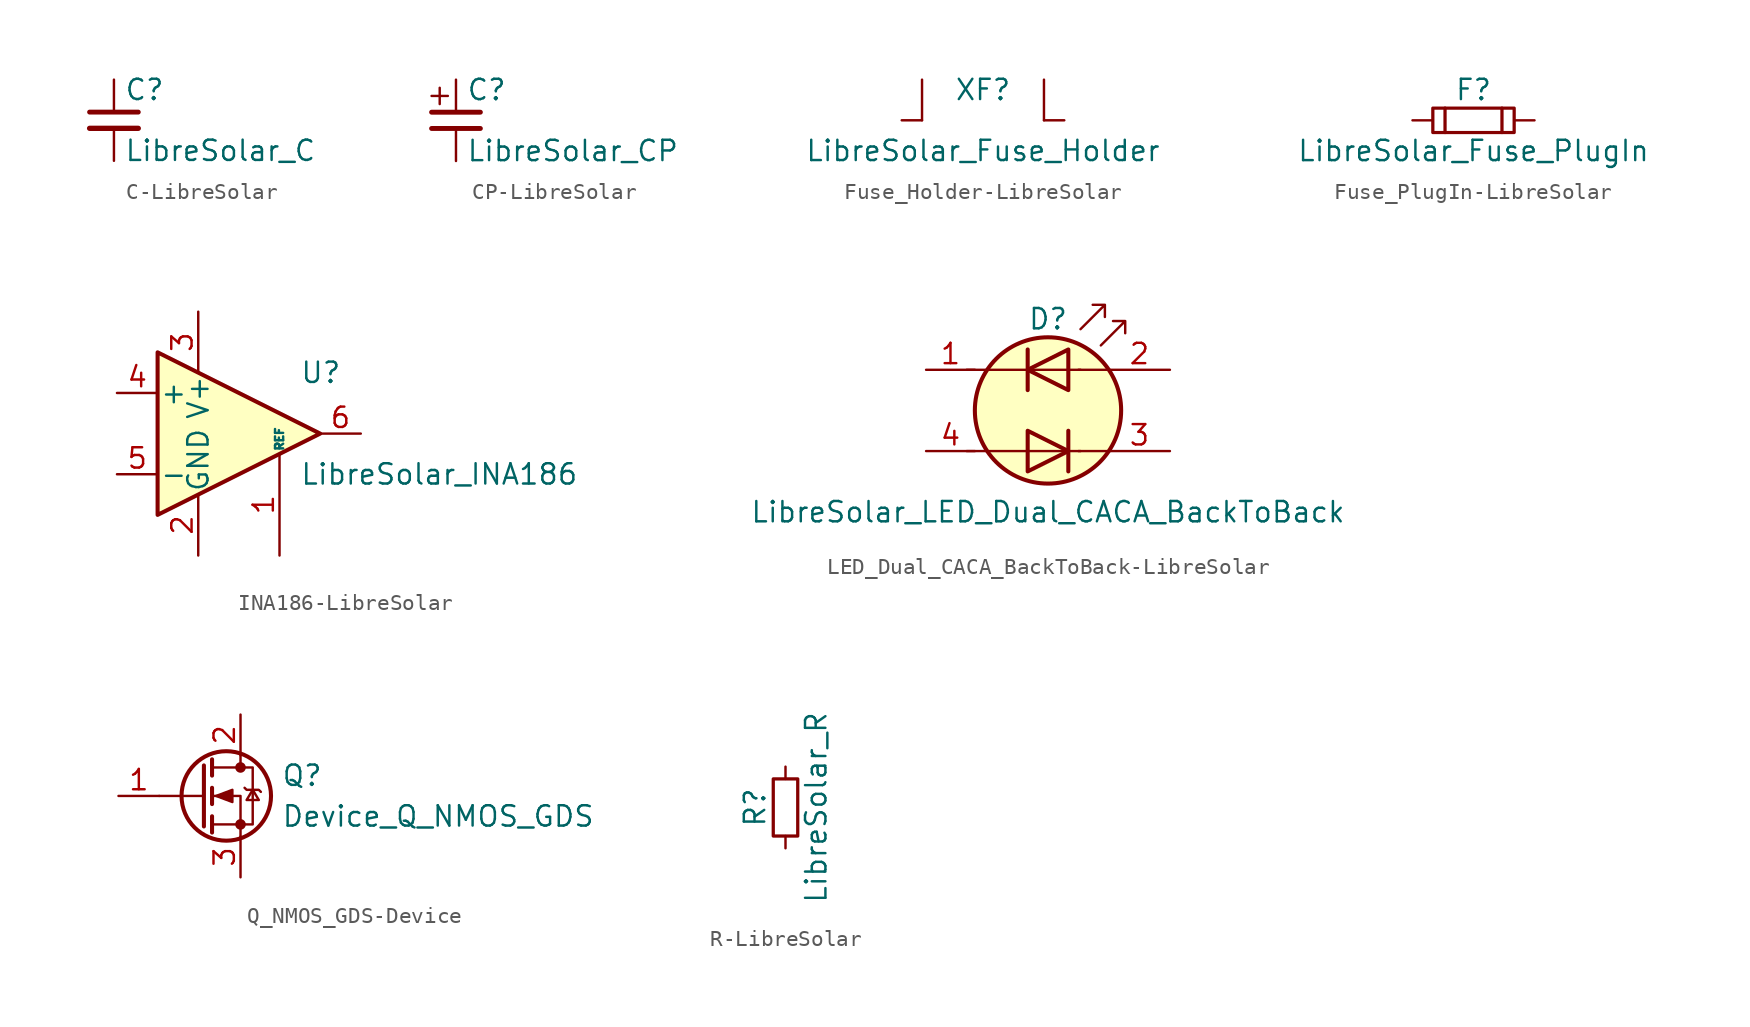
<source format=kicad_sym>
(kicad_symbol_lib
  (version 20241209)
  (generator "kicad_symbol_editor")
  (generator_version "9.0")
  (symbol "C-LibreSolar"
    (pin_numbers
      (hide yes))
    (pin_names
      (offset 0.254)
      (hide yes))
    (property "Reference" "C"
      (at 0.635 1.905 0)
      (effects (font (size 1.27 1.27)) (justify left)))
    (property "Value" "LibreSolar_C"
      (at 0.635 -1.905 0)
      (effects (font (size 1.27 1.27)) (justify left)))
    (symbol "C-LibreSolar_0_1"
      (polyline (pts (xy -1.524 0.508) (xy 0 0.508) (xy 1.524 0.508)) (stroke (width 0.305) (type solid)) (fill (type none)))
      (polyline (pts (xy -1.524 -0.508) (xy 1.524 -0.508)) (stroke (width 0.33) (type solid)) (fill (type none))))
    (symbol "C-LibreSolar_1_1"
      (pin passive line (at 0 2.54 270) (length 1.905) (name "~" (effects (font (size 1.016 1.016)))) (number "1" (effects (font (size 1.016 1.016)))))
      (pin passive line (at 0 -2.54 90) (length 2.032) (name "~" (effects (font (size 1.016 1.016)))) (number "2" (effects (font (size 1.016 1.016)))))))
  (symbol "CP-LibreSolar"
    (pin_numbers
      (hide yes))
    (pin_names
      (offset 0.254)
      (hide yes))
    (property "Reference" "C"
      (at 0.635 1.905 0)
      (effects (font (size 1.27 1.27)) (justify left)))
    (property "Value" "LibreSolar_CP"
      (at 0.635 -1.905 0)
      (effects (font (size 1.27 1.27)) (justify left)))
    (symbol "CP-LibreSolar_0_0"
      (polyline (pts (xy -1.524 0.508) (xy 1.524 0.508)) (stroke (width 0.305) (type solid)) (fill (type none)))
      (polyline (pts (xy -1.524 -0.508) (xy 1.524 -0.508)) (stroke (width 0.305) (type solid)) (fill (type none))))
    (symbol "CP-LibreSolar_0_1"
      (polyline (pts (xy -1.524 1.524) (xy -0.508 1.524)) (stroke (width 0) (type solid)) (fill (type none)))
      (polyline (pts (xy -1.016 1.016) (xy -1.016 2.032)) (stroke (width 0) (type solid)) (fill (type none))))
    (symbol "CP-LibreSolar_1_1"
      (pin passive line (at 0 2.54 270) (length 2.032) (name "~" (effects (font (size 1.016 1.016)))) (number "1" (effects (font (size 1.016 1.016)))))
      (pin passive line (at 0 -2.54 90) (length 2.032) (name "~" (effects (font (size 1.016 1.016)))) (number "2" (effects (font (size 1.016 1.016)))))))
  (symbol "Fuse_Holder-LibreSolar"
    (pin_numbers
      (hide yes))
    (pin_names
      (offset 0.254)
      (hide yes))
    (property "Reference" "XF"
      (at 0 1.905 0)
      (effects (font (size 1.27 1.27))))
    (property "Value" "LibreSolar_Fuse_Holder"
      (at 0 -1.905 0)
      (effects (font (size 1.27 1.27))))
    (symbol "Fuse_Holder-LibreSolar_0_1"
      (polyline (pts (xy -3.81 0) (xy -3.81 2.54)) (stroke (width 0) (type solid)) (fill (type none)))
      (polyline (pts (xy 3.81 0) (xy 3.81 2.54)) (stroke (width 0) (type solid)) (fill (type none))))
    (symbol "Fuse_Holder-LibreSolar_1_1"
      (pin passive line (at -5.08 0 0) (length 1.27) (name "~" (effects (font (size 1.016 1.016)))) (number "1" (effects (font (size 1.016 1.016)))))
      (pin passive line (at 5.08 0 180) (length 1.27) (name "~" (effects (font (size 1.016 1.016)))) (number "2" (effects (font (size 1.016 1.016)))))))
  (symbol "Fuse_PlugIn-LibreSolar"
    (pin_numbers
      (hide yes))
    (pin_names
      (offset 0.254)
      (hide yes))
    (property "Reference" "F"
      (at 0 1.905 0)
      (effects (font (size 1.27 1.27))))
    (property "Value" "LibreSolar_Fuse_PlugIn"
      (at 0 -1.905 0)
      (effects (font (size 1.27 1.27))))
    (symbol "Fuse_PlugIn-LibreSolar_0_1"
      (polyline (pts (xy -3.81 0) (xy -2.54 0)) (stroke (width 0) (type solid)) (fill (type none)))
      (rectangle (start -2.54 0.762) (end 2.54 -0.762) (stroke (width 0.203) (type solid)) (fill (type none)))
      (polyline (pts (xy -1.778 0.762) (xy -1.778 -0.762)) (stroke (width 0.203) (type solid)) (fill (type none)))
      (polyline (pts (xy 1.778 0.762) (xy 1.778 -0.762)) (stroke (width 0.203) (type solid)) (fill (type none)))
      (polyline (pts (xy 2.54 0) (xy 3.81 0)) (stroke (width 0) (type solid)) (fill (type none)))))
  (symbol "INA186-LibreSolar"
    (pin_names
      (offset 0.127))
    (property "Reference" "U"
      (at 3.81 3.81 0)
      (effects (font (size 1.27 1.27)) (justify left)))
    (property "Value" "LibreSolar_INA186"
      (at 3.81 -2.54 0)
      (effects (font (size 1.27 1.27)) (justify left)))
    (symbol "INA186-LibreSolar_0_1"
      (polyline (pts (xy 5.08 0) (xy -5.08 5.08) (xy -5.08 -5.08) (xy 5.08 0)) (stroke (width 0.254) (type solid)) (fill (type background))))
    (symbol "INA186-LibreSolar_1_1"
      (pin input line (at -7.62 2.54 0) (length 2.54) (name "+" (effects (font (size 1.27 1.27)))) (number "4" (effects (font (size 1.27 1.27)))))
      (pin input line (at -7.62 -2.54 0) (length 2.54) (name "-" (effects (font (size 1.27 1.27)))) (number "5" (effects (font (size 1.27 1.27)))))
      (pin power_in line (at -2.54 7.62 270) (length 3.81) (name "V+" (effects (font (size 1.27 1.27)))) (number "3" (effects (font (size 1.27 1.27)))))
      (pin power_in line (at -2.54 -7.62 90) (length 3.81) (name "GND" (effects (font (size 1.27 1.27)))) (number "2" (effects (font (size 1.27 1.27)))))
      (pin input line (at 2.54 -7.62 90) (length 6.35) (name "REF" (effects (font (size 0.508 0.508)))) (number "1" (effects (font (size 1.27 1.27)))))
      (pin output line (at 7.62 0 180) (length 2.54) (name "~" (effects (font (size 1.27 1.27)))) (number "6" (effects (font (size 1.27 1.27)))))))
  (symbol "LED_Dual_CACA_BackToBack-LibreSolar"
    (pin_names
      (offset 0)
      (hide yes))
    (property "Reference" "D"
      (at 0 5.715 0)
      (effects (font (size 1.27 1.27))))
    (property "Value" "LibreSolar_LED_Dual_CACA_BackToBack"
      (at 0 -6.35 0)
      (effects (font (size 1.27 1.27))))
    (symbol "LED_Dual_CACA_BackToBack-LibreSolar_0_1"
      (polyline (pts (xy -5.08 2.54) (xy 2.032 2.54)) (stroke (width 0) (type solid)) (fill (type none)))
      (polyline (pts (xy -5.08 -2.54) (xy 2.032 -2.54)) (stroke (width 0) (type solid)) (fill (type none)))
      (polyline (pts (xy -1.27 3.81) (xy -1.27 1.27)) (stroke (width 0.254) (type solid)) (fill (type none)))
      (polyline (pts (xy -1.27 -3.81) (xy -1.27 -1.27) (xy 1.27 -2.54) (xy -1.27 -3.81)) (stroke (width 0.254) (type solid)) (fill (type none)))
      (circle (center 0 0) (radius 4.572) (stroke (width 0.254) (type solid)) (fill (type background)))
      (polyline (pts (xy 1.27 3.81) (xy 1.27 1.27) (xy -1.27 2.54) (xy 1.27 3.81)) (stroke (width 0.254) (type solid)) (fill (type none)))
      (polyline (pts (xy 1.27 -1.27) (xy 1.27 -3.81)) (stroke (width 0.254) (type solid)) (fill (type none)))
      (polyline (pts (xy 2.032 5.08) (xy 3.556 6.604) (xy 2.794 6.604) (xy 3.556 6.604) (xy 3.556 5.842)) (stroke (width 0) (type solid)) (fill (type none)))
      (polyline (pts (xy 3.302 4.064) (xy 4.826 5.588) (xy 4.064 5.588) (xy 4.826 5.588) (xy 4.826 4.826)) (stroke (width 0) (type solid)) (fill (type none)))
      (polyline (pts (xy 3.81 2.54) (xy 1.905 2.54)) (stroke (width 0) (type solid)) (fill (type none)))
      (polyline (pts (xy 3.81 -2.54) (xy 1.905 -2.54)) (stroke (width 0) (type solid)) (fill (type none))))
    (symbol "LED_Dual_CACA_BackToBack-LibreSolar_1_1"
      (pin input line (at -7.62 2.54 0) (length 3.048) (name "A1" (effects (font (size 1.27 1.27)))) (number "1" (effects (font (size 1.27 1.27)))))
      (pin input line (at -7.62 -2.54 0) (length 3.048) (name "K2" (effects (font (size 1.27 1.27)))) (number "4" (effects (font (size 1.27 1.27)))))
      (pin input line (at 7.62 2.54 180) (length 3.81) (name "K1" (effects (font (size 1.27 1.27)))) (number "2" (effects (font (size 1.27 1.27)))))
      (pin input line (at 7.62 -2.54 180) (length 3.81) (name "A2" (effects (font (size 1.27 1.27)))) (number "3" (effects (font (size 1.27 1.27)))))))
  (symbol "Q_NMOS_GDS-Device"
    (pin_names
      (offset 0)
      (hide yes))
    (property "Reference" "Q"
      (at 5.08 1.27 0)
      (effects (font (size 1.27 1.27)) (justify left)))
    (property "Value" "Device_Q_NMOS_GDS"
      (at 5.08 -1.27 0)
      (effects (font (size 1.27 1.27)) (justify left)))
    (symbol "Q_NMOS_GDS-Device_0_1"
      (polyline (pts (xy 0.254 1.905) (xy 0.254 -1.905)) (stroke (width 0.254) (type solid)) (fill (type none)))
      (polyline (pts (xy 0.254 0) (xy -2.54 0)) (stroke (width 0) (type solid)) (fill (type none)))
      (polyline (pts (xy 0.762 2.286) (xy 0.762 1.27)) (stroke (width 0.254) (type solid)) (fill (type none)))
      (polyline (pts (xy 0.762 0.508) (xy 0.762 -0.508)) (stroke (width 0.254) (type solid)) (fill (type none)))
      (polyline (pts (xy 0.762 -1.27) (xy 0.762 -2.286)) (stroke (width 0.254) (type solid)) (fill (type none)))
      (polyline (pts (xy 0.762 -1.778) (xy 3.302 -1.778) (xy 3.302 1.778) (xy 0.762 1.778)) (stroke (width 0) (type solid)) (fill (type none)))
      (polyline (pts (xy 1.016 0) (xy 2.032 0.381) (xy 2.032 -0.381) (xy 1.016 0)) (stroke (width 0) (type solid)) (fill (type outline)))
      (circle (center 1.651 0) (radius 2.794) (stroke (width 0.254) (type solid)) (fill (type none)))
      (polyline (pts (xy 2.54 2.54) (xy 2.54 1.778)) (stroke (width 0) (type solid)) (fill (type none)))
      (circle (center 2.54 1.778) (radius 0.254) (stroke (width 0) (type solid)) (fill (type outline)))
      (circle (center 2.54 -1.778) (radius 0.254) (stroke (width 0) (type solid)) (fill (type outline)))
      (polyline (pts (xy 2.54 -2.54) (xy 2.54 0) (xy 0.762 0)) (stroke (width 0) (type solid)) (fill (type none)))
      (polyline (pts (xy 2.794 0.508) (xy 2.921 0.381) (xy 3.683 0.381) (xy 3.81 0.254)) (stroke (width 0) (type solid)) (fill (type none)))
      (polyline (pts (xy 3.302 0.381) (xy 2.921 -0.254) (xy 3.683 -0.254) (xy 3.302 0.381)) (stroke (width 0) (type solid)) (fill (type none))))
    (symbol "Q_NMOS_GDS-Device_1_1"
      (pin input line (at -5.08 0 0) (length 2.54) (name "G" (effects (font (size 1.27 1.27)))) (number "1" (effects (font (size 1.27 1.27)))))
      (pin passive line (at 2.54 5.08 270) (length 2.54) (name "D" (effects (font (size 1.27 1.27)))) (number "2" (effects (font (size 1.27 1.27)))))
      (pin passive line (at 2.54 -5.08 90) (length 2.54) (name "S" (effects (font (size 1.27 1.27)))) (number "3" (effects (font (size 1.27 1.27)))))))
  (symbol "R-LibreSolar"
    (pin_numbers
      (hide yes))
    (pin_names
      (offset 0.254)
      (hide yes))
    (property "Reference" "R"
      (at -1.905 0 90)
      (effects (font (size 1.27 1.27))))
    (property "Value" "LibreSolar_R"
      (at 1.905 0 90)
      (effects (font (size 1.27 1.27))))
    (symbol "R-LibreSolar_0_1"
      (rectangle (start -0.762 1.778) (end 0.762 -1.778) (stroke (width 0.203) (type solid)) (fill (type none))))
    (symbol "R-LibreSolar_1_1"
      (pin passive line (at 0 2.54 270) (length 0.762) (name "~" (effects (font (size 1.016 1.016)))) (number "1" (effects (font (size 1.016 1.016)))))
      (pin passive line (at 0 -2.54 90) (length 0.762) (name "~" (effects (font (size 1.016 1.016)))) (number "2" (effects (font (size 1.016 1.016))))))))
</source>
